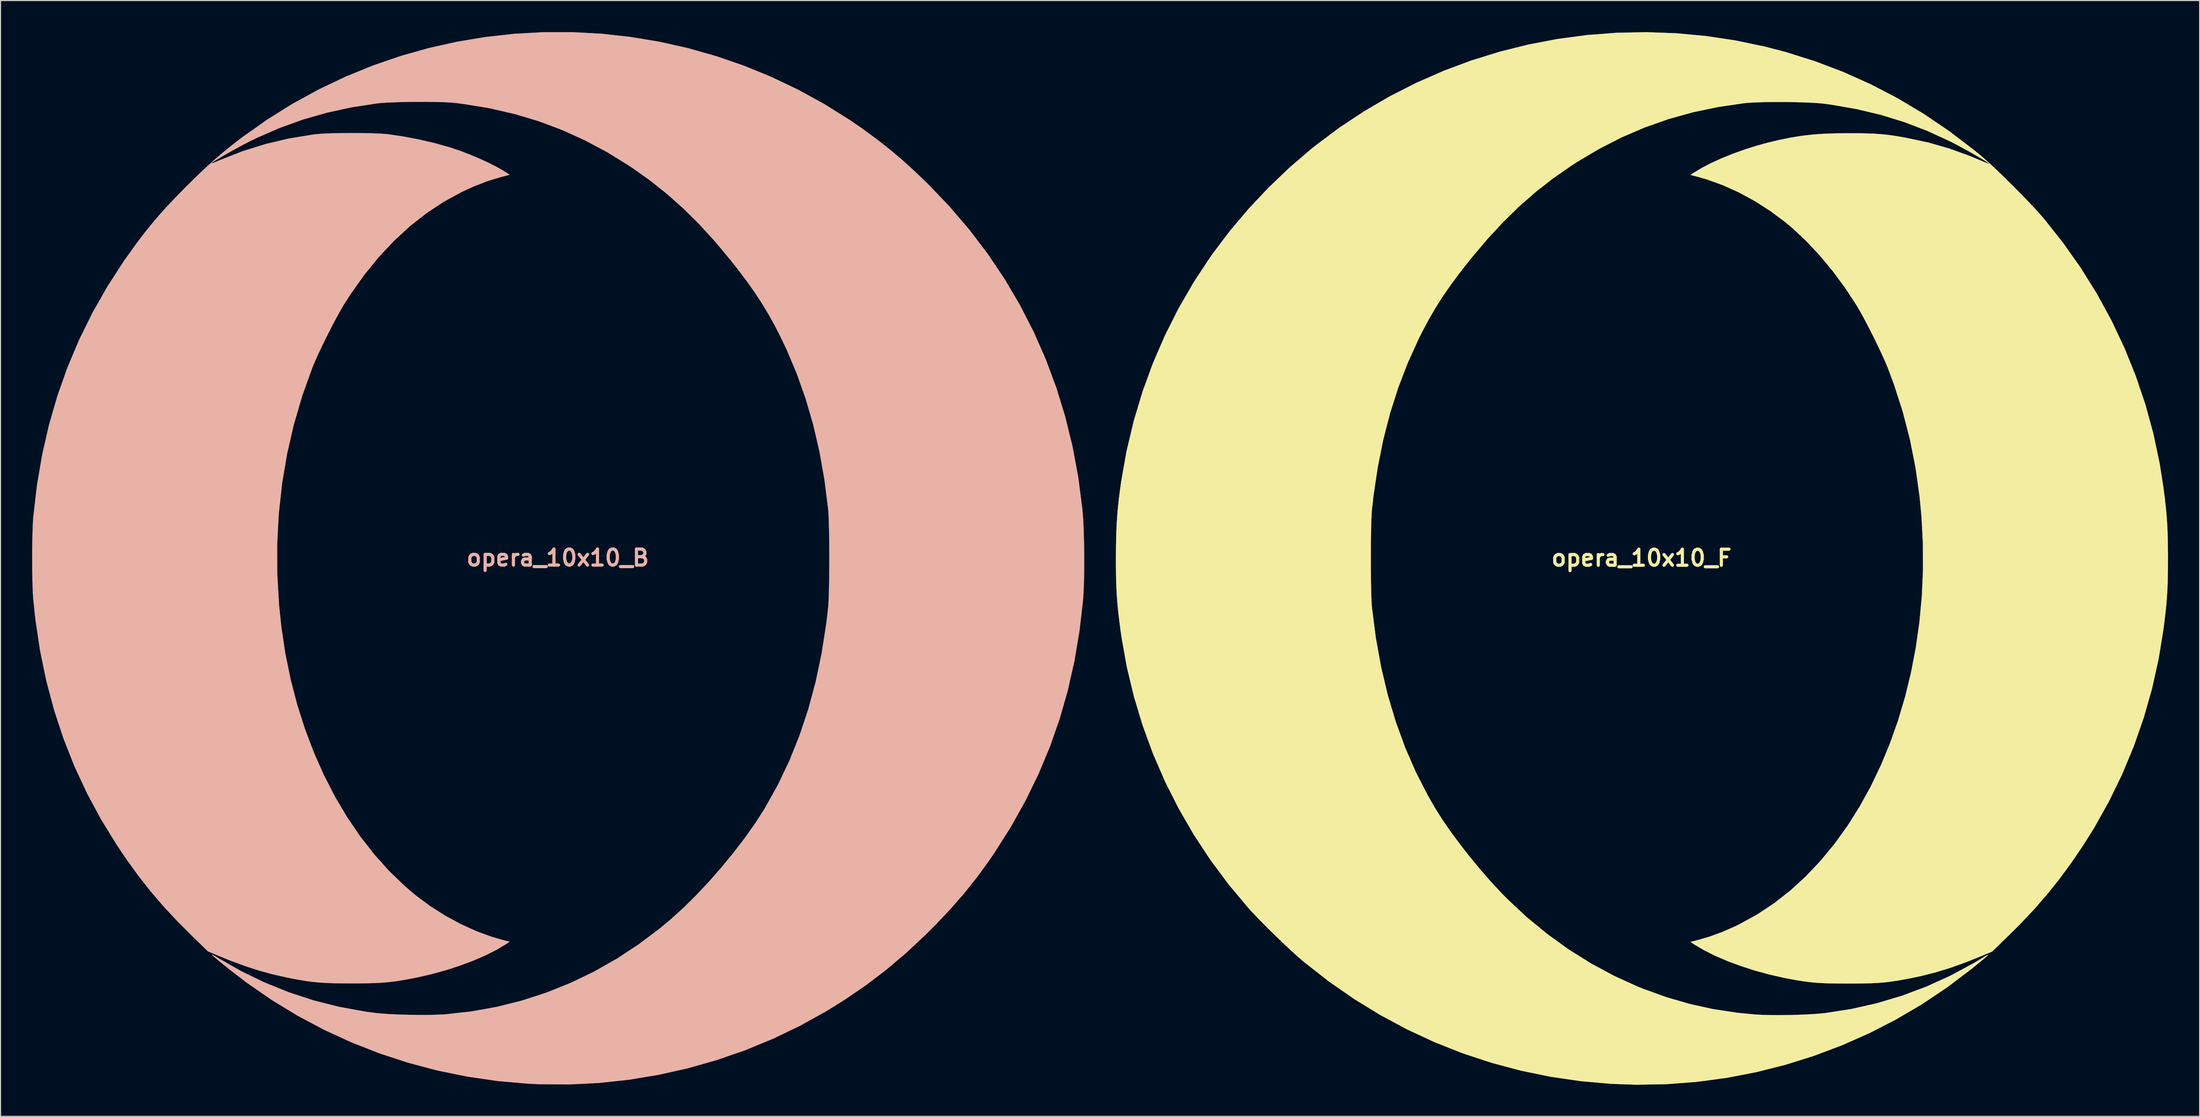
<source format=kicad_pcb>
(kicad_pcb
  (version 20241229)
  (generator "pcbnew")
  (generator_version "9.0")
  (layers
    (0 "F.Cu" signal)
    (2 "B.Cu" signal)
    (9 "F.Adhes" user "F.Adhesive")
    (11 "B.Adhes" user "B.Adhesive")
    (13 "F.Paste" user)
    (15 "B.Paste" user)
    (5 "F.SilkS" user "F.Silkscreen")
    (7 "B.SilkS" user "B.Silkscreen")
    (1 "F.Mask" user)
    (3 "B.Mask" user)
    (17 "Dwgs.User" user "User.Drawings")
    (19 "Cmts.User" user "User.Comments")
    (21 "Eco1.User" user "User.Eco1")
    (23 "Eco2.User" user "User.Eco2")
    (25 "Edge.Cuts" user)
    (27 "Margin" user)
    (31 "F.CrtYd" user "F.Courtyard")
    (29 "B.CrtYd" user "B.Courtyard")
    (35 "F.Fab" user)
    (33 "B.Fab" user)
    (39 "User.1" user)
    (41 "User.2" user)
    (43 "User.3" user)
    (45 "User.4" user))
  (footprint "opera_10x10_F"
    (layer "F.Cu")
    (at 152.808 49.946)
    (property "Reference" "opera_10x10_F" (at 0 0 0) (layer "F.SilkS") (effects (font (size 1.524 1.524) (thickness 0.3))))
    (attr through_hole)
    (fp_poly (pts (xy 3.292 -49.839) (xy 6.125 -49.576) (xy 8.95 -49.15) (xy 11.759 -48.56) (xy 13.716 -48.049) (xy 16.475 -47.181) (xy 19.163 -46.16) (xy 21.781 -44.986) (xy 24.33 -43.658) (xy 26.812 -42.174) (xy 29.229 -40.535) (xy 31.581 -38.74) (xy 32.216 -38.219) (xy 32.694 -37.805) (xy 33.261 -37.289) (xy 33.894 -36.693) (xy 34.568 -36.041) (xy 35.261 -35.357) (xy 35.948 -34.664) (xy 36.607 -33.986) (xy 37.212 -33.346) (xy 37.742 -32.769) (xy 38.171 -32.277) (xy 38.187 -32.258) (xy 40.02 -29.948) (xy 41.705 -27.56) (xy 43.239 -25.098) (xy 44.622 -22.566) (xy 45.851 -19.969) (xy 46.925 -17.31) (xy 47.842 -14.594) (xy 48.6 -11.824) (xy 49.197 -9.005) (xy 49.563 -6.681) (xy 49.688 -5.701) (xy 49.787 -4.82) (xy 49.864 -3.997) (xy 49.919 -3.188) (xy 49.957 -2.353) (xy 49.979 -1.451) (xy 49.989 -0.439) (xy 49.99 0.042) (xy 49.986 1.1) (xy 49.971 2.031) (xy 49.941 2.876) (xy 49.896 3.677) (xy 49.831 4.475) (xy 49.744 5.314) (xy 49.632 6.233) (xy 49.562 6.773) (xy 49.097 9.625) (xy 48.471 12.434) (xy 47.684 15.196) (xy 46.739 17.902) (xy 45.639 20.548) (xy 44.386 23.125) (xy 42.984 25.629) (xy 41.932 27.305) (xy 40.806 28.962) (xy 39.676 30.5) (xy 38.51 31.957) (xy 37.277 33.373) (xy 35.943 34.785) (xy 34.823 35.899) (xy 33.297 37.38) (xy 32.23 37.828) (xy 30.736 38.427) (xy 29.328 38.928) (xy 27.966 39.346) (xy 26.606 39.692) (xy 25.739 39.88) (xy 24.977 40.028) (xy 24.301 40.147) (xy 23.676 40.241) (xy 23.069 40.311) (xy 22.445 40.361) (xy 21.77 40.394) (xy 21.011 40.413) (xy 20.134 40.421) (xy 19.643 40.422) (xy 18.696 40.419) (xy 17.885 40.406) (xy 17.175 40.38) (xy 16.531 40.339) (xy 15.92 40.279) (xy 15.308 40.198) (xy 14.66 40.092) (xy 13.942 39.958) (xy 13.507 39.872) (xy 12.141 39.564) (xy 10.786 39.193) (xy 9.467 38.77) (xy 8.211 38.304) (xy 7.043 37.805) (xy 5.99 37.283) (xy 5.078 36.747) (xy 4.992 36.691) (xy 4.651 36.465) (xy 5.395 36.274) (xy 6.522 35.944) (xy 7.654 35.529) (xy 8.835 35.01) (xy 9.271 34.8) (xy 10.964 33.873) (xy 12.587 32.797) (xy 14.139 31.58) (xy 15.615 30.228) (xy 17.014 28.748) (xy 18.331 27.148) (xy 19.565 25.435) (xy 20.711 23.616) (xy 21.767 21.697) (xy 22.731 19.687) (xy 23.598 17.592) (xy 24.367 15.419) (xy 25.033 13.175) (xy 25.594 10.868) (xy 26.048 8.505) (xy 26.39 6.092) (xy 26.618 3.637) (xy 26.729 1.147) (xy 26.72 -1.371) (xy 26.588 -3.91) (xy 26.41 -5.796) (xy 26.022 -8.564) (xy 25.49 -11.255) (xy 24.809 -13.888) (xy 23.974 -16.482) (xy 23.395 -18.034) (xy 23.159 -18.602) (xy 22.855 -19.279) (xy 22.502 -20.031) (xy 22.117 -20.824) (xy 21.716 -21.622) (xy 21.317 -22.391) (xy 20.938 -23.097) (xy 20.595 -23.705) (xy 20.391 -24.045) (xy 19.297 -25.706) (xy 18.129 -27.284) (xy 16.901 -28.759) (xy 15.631 -30.112) (xy 14.335 -31.326) (xy 13.631 -31.915) (xy 12.228 -32.959) (xy 10.759 -33.898) (xy 9.248 -34.719) (xy 7.721 -35.41) (xy 6.2 -35.957) (xy 5.395 -36.188) (xy 4.651 -36.38) (xy 5.002 -36.613) (xy 5.76 -37.069) (xy 6.656 -37.53) (xy 7.662 -37.984) (xy 8.745 -38.42) (xy 9.878 -38.824) (xy 11.03 -39.185) (xy 11.98 -39.444) (xy 13.099 -39.711) (xy 14.14 -39.923) (xy 15.143 -40.087) (xy 16.151 -40.206) (xy 17.203 -40.285) (xy 18.34 -40.329) (xy 19.602 -40.344) (xy 19.643 -40.344) (xy 20.557 -40.34) (xy 21.337 -40.327) (xy 22.019 -40.302) (xy 22.637 -40.263) (xy 23.227 -40.206) (xy 23.824 -40.129) (xy 24.464 -40.028) (xy 25.146 -39.908) (xy 27.214 -39.464) (xy 29.21 -38.893) (xy 31.182 -38.181) (xy 32.166 -37.77) (xy 32.5 -37.628) (xy 32.771 -37.52) (xy 32.945 -37.459) (xy 32.992 -37.451) (xy 32.94 -37.508) (xy 32.76 -37.632) (xy 32.473 -37.811) (xy 32.102 -38.033) (xy 31.668 -38.285) (xy 31.193 -38.555) (xy 30.697 -38.83) (xy 30.203 -39.099) (xy 29.732 -39.348) (xy 29.306 -39.566) (xy 29.279 -39.58) (xy 27.135 -40.565) (xy 24.957 -41.398) (xy 22.727 -42.087) (xy 20.426 -42.636) (xy 18.037 -43.051) (xy 17.272 -43.154) (xy 16.788 -43.201) (xy 16.168 -43.239) (xy 15.444 -43.269) (xy 14.647 -43.291) (xy 13.809 -43.303) (xy 12.961 -43.307) (xy 12.134 -43.302) (xy 11.36 -43.287) (xy 10.671 -43.262) (xy 10.097 -43.228) (xy 9.779 -43.198) (xy 7.288 -42.834) (xy 4.89 -42.332) (xy 2.571 -41.687) (xy 0.321 -40.895) (xy -1.873 -39.952) (xy -4.023 -38.854) (xy -6.139 -37.596) (xy -6.731 -37.212) (xy -8.429 -36.026) (xy -10.051 -34.757) (xy -11.613 -33.389) (xy -13.134 -31.904) (xy -14.632 -30.287) (xy -16.125 -28.52) (xy -16.343 -28.25) (xy -17.287 -27.043) (xy -18.123 -25.913) (xy -18.872 -24.829) (xy -19.553 -23.758) (xy -20.187 -22.668) (xy -20.796 -21.527) (xy -21.167 -20.786) (xy -22.195 -18.518) (xy -23.093 -16.183) (xy -23.863 -13.769) (xy -24.509 -11.266) (xy -25.033 -8.664) (xy -25.438 -5.953) (xy -25.587 -4.657) (xy -25.617 -4.254) (xy -25.643 -3.707) (xy -25.664 -3.041) (xy -25.68 -2.282) (xy -25.691 -1.455) (xy -25.697 -0.584) (xy -25.698 0.304) (xy -25.695 1.185) (xy -25.686 2.033) (xy -25.672 2.823) (xy -25.653 3.531) (xy -25.629 4.129) (xy -25.6 4.595) (xy -25.587 4.741) (xy -25.218 7.608) (xy -24.719 10.369) (xy -24.087 13.026) (xy -23.323 15.581) (xy -22.426 18.037) (xy -21.396 20.394) (xy -20.231 22.656) (xy -19.574 23.791) (xy -18.899 24.856) (xy -18.113 25.995) (xy -17.24 27.179) (xy -16.303 28.377) (xy -15.326 29.561) (xy -14.332 30.701) (xy -13.344 31.767) (xy -12.715 32.409) (xy -10.869 34.133) (xy -8.926 35.728) (xy -6.897 37.188) (xy -4.793 38.506) (xy -2.623 39.676) (xy -0.399 40.69) (xy 0.169 40.92) (xy 2.376 41.716) (xy 4.575 42.356) (xy 6.796 42.845) (xy 9.071 43.192) (xy 10.753 43.356) (xy 11.424 43.393) (xy 12.217 43.414) (xy 13.092 43.419) (xy 14.008 43.41) (xy 14.927 43.386) (xy 15.807 43.35) (xy 16.608 43.301) (xy 17.291 43.24) (xy 17.441 43.223) (xy 19.909 42.839) (xy 22.334 42.293) (xy 24.71 41.585) (xy 27.032 40.717) (xy 29.297 39.69) (xy 31.5 38.508) (xy 32.343 38.003) (xy 32.63 37.829) (xy 32.822 37.721) (xy 32.913 37.685) (xy 32.898 37.726) (xy 32.772 37.848) (xy 32.53 38.056) (xy 32.168 38.356) (xy 31.681 38.752) (xy 31.284 39.072) (xy 29.002 40.799) (xy 26.628 42.387) (xy 24.17 43.832) (xy 21.637 45.132) (xy 19.035 46.285) (xy 16.373 47.288) (xy 13.658 48.14) (xy 10.897 48.836) (xy 8.098 49.376) (xy 5.269 49.756) (xy 2.417 49.975) (xy -0.45 50.029) (xy -2.879 49.946) (xy -5.783 49.69) (xy -8.651 49.27) (xy -11.477 48.687) (xy -14.256 47.944) (xy -16.983 47.043) (xy -19.654 45.985) (xy -22.264 44.772) (xy -24.808 43.406) (xy -27.281 41.889) (xy -29.679 40.224) (xy -31.996 38.411) (xy -32.131 38.299) (xy -32.631 37.867) (xy -33.218 37.337) (xy -33.864 36.735) (xy -34.541 36.087) (xy -35.223 35.421) (xy -35.883 34.763) (xy -36.492 34.139) (xy -37.023 33.577) (xy -37.337 33.232) (xy -39.204 31) (xy -40.931 28.677) (xy -42.515 26.269) (xy -43.953 23.782) (xy -45.243 21.221) (xy -46.382 18.592) (xy -47.367 15.902) (xy -48.195 13.156) (xy -48.865 10.361) (xy -49.372 7.521) (xy -49.477 6.773) (xy -49.599 5.821) (xy -49.697 4.97) (xy -49.772 4.18) (xy -49.828 3.413) (xy -49.866 2.629) (xy -49.89 1.787) (xy -49.901 0.849) (xy -49.902 -0.042) (xy -49.893 -1.264) (xy -49.867 -2.357) (xy -49.822 -3.365) (xy -49.754 -4.329) (xy -49.661 -5.289) (xy -49.539 -6.288) (xy -49.396 -7.305) (xy -48.884 -10.183) (xy -48.212 -13.008) (xy -47.382 -15.776) (xy -46.395 -18.484) (xy -45.252 -21.127) (xy -43.956 -23.702) (xy -42.507 -26.205) (xy -40.907 -28.631) (xy -40.753 -28.85) (xy -39.115 -31.023) (xy -37.333 -33.134) (xy -35.426 -35.161) (xy -33.414 -37.084) (xy -31.317 -38.882) (xy -31.029 -39.113) (xy -28.738 -40.834) (xy -26.362 -42.411) (xy -23.91 -43.843) (xy -21.387 -45.127) (xy -18.802 -46.263) (xy -16.161 -47.249) (xy -13.472 -48.084) (xy -10.74 -48.766) (xy -7.975 -49.294) (xy -5.181 -49.667) (xy -2.368 -49.883) (xy 0.459 -49.941) (xy 3.292 -49.839)) (stroke (width 0.01) (type solid)) (fill yes) (layer "F.SilkS")))
  (footprint "opera_10x10_B"
    (layer "F.Cu")
    (at 49.908 49.929)
    (property "Reference" "opera_10x10_B" (at 0 0 0) (layer "B.SilkS") (effects (font (size 1.524 1.524) (thickness 0.3))))
    (attr through_hole)
    (fp_poly (pts (xy 1.433 -49.924) (xy 4.188 -49.772) (xy 6.933 -49.468) (xy 9.662 -49.013) (xy 12.368 -48.407) (xy 15.044 -47.648) (xy 17.683 -46.738) (xy 20.279 -45.676) (xy 22.825 -44.461) (xy 25.314 -43.095) (xy 27.739 -41.576) (xy 28.935 -40.753) (xy 30.265 -39.779) (xy 31.515 -38.797) (xy 32.728 -37.771) (xy 33.944 -36.668) (xy 35.167 -35.49) (xy 37.204 -33.361) (xy 39.096 -31.145) (xy 40.841 -28.844) (xy 42.44 -26.461) (xy 43.89 -23.998) (xy 45.191 -21.457) (xy 46.342 -18.841) (xy 47.342 -16.151) (xy 48.188 -13.39) (xy 48.882 -10.56) (xy 49.42 -7.664) (xy 49.803 -4.704) (xy 49.837 -4.36) (xy 49.887 -3.714) (xy 49.927 -2.938) (xy 49.957 -2.064) (xy 49.978 -1.127) (xy 49.988 -0.16) (xy 49.988 0.805) (xy 49.978 1.734) (xy 49.956 2.594) (xy 49.924 3.352) (xy 49.881 3.974) (xy 49.881 3.979) (xy 49.542 6.928) (xy 49.062 9.788) (xy 48.437 12.566) (xy 47.665 15.27) (xy 46.743 17.909) (xy 45.668 20.489) (xy 44.438 23.021) (xy 43.049 25.51) (xy 41.498 27.965) (xy 40.873 28.88) (xy 39.776 30.384) (xy 38.597 31.858) (xy 37.316 33.327) (xy 35.911 34.816) (xy 34.956 35.772) (xy 33.093 37.517) (xy 31.202 39.12) (xy 29.248 40.608) (xy 27.196 42.008) (xy 25.468 43.079) (xy 22.983 44.457) (xy 20.419 45.689) (xy 17.785 46.773) (xy 15.091 47.705) (xy 12.346 48.485) (xy 9.562 49.108) (xy 6.747 49.574) (xy 3.911 49.879) (xy 1.064 50.021) (xy -1.784 49.998) (xy -2.836 49.948) (xy -5.736 49.692) (xy -8.602 49.274) (xy -11.427 48.696) (xy -14.205 47.959) (xy -16.929 47.067) (xy -19.594 46.022) (xy -22.193 44.826) (xy -24.718 43.482) (xy -27.164 41.993) (xy -29.525 40.36) (xy -31.2 39.072) (xy -31.773 38.609) (xy -32.218 38.246) (xy -32.539 37.977) (xy -32.742 37.798) (xy -32.83 37.704) (xy -32.809 37.689) (xy -32.685 37.749) (xy -32.46 37.88) (xy -32.258 38.003) (xy -30.081 39.247) (xy -27.84 40.334) (xy -25.539 41.264) (xy -23.184 42.035) (xy -20.778 42.645) (xy -18.326 43.092) (xy -17.357 43.223) (xy -16.711 43.286) (xy -15.936 43.338) (xy -15.072 43.378) (xy -14.16 43.405) (xy -13.239 43.418) (xy -12.35 43.417) (xy -11.532 43.4) (xy -10.826 43.367) (xy -10.668 43.356) (xy -8.204 43.084) (xy -5.778 42.648) (xy -3.396 42.05) (xy -1.062 41.291) (xy 1.22 40.376) (xy 3.444 39.304) (xy 5.606 38.078) (xy 7.701 36.7) (xy 9.725 35.173) (xy 10.767 34.302) (xy 11.948 33.23) (xy 13.154 32.036) (xy 14.363 30.749) (xy 15.549 29.397) (xy 16.687 28.011) (xy 17.755 26.618) (xy 18.726 25.247) (xy 19.576 23.928) (xy 19.659 23.791) (xy 20.894 21.578) (xy 21.994 19.27) (xy 22.96 16.865) (xy 23.793 14.362) (xy 24.493 11.758) (xy 25.06 9.051) (xy 25.497 6.24) (xy 25.671 4.741) (xy 25.702 4.339) (xy 25.728 3.792) (xy 25.749 3.126) (xy 25.765 2.367) (xy 25.776 1.54) (xy 25.782 0.669) (xy 25.783 -0.219) (xy 25.779 -1.1) (xy 25.77 -1.948) (xy 25.756 -2.739) (xy 25.737 -3.446) (xy 25.713 -4.045) (xy 25.685 -4.51) (xy 25.671 -4.657) (xy 25.32 -7.422) (xy 24.852 -10.073) (xy 24.262 -12.62) (xy 23.55 -15.074) (xy 22.712 -17.445) (xy 21.744 -19.743) (xy 21.251 -20.786) (xy 20.648 -21.973) (xy 20.032 -23.091) (xy 19.382 -24.169) (xy 18.678 -25.242) (xy 17.899 -26.34) (xy 17.023 -27.495) (xy 16.428 -28.25) (xy 14.934 -30.04) (xy 13.438 -31.677) (xy 11.921 -33.18) (xy 10.366 -34.564) (xy 8.754 -35.847) (xy 7.068 -37.044) (xy 6.816 -37.212) (xy 4.706 -38.516) (xy 2.568 -39.658) (xy 0.387 -40.645) (xy -1.846 -41.478) (xy -4.144 -42.164) (xy -6.519 -42.707) (xy -8.983 -43.109) (xy -9.694 -43.198) (xy -10.168 -43.239) (xy -10.78 -43.271) (xy -11.498 -43.292) (xy -12.291 -43.304) (xy -13.127 -43.307) (xy -13.975 -43.301) (xy -14.805 -43.285) (xy -15.583 -43.261) (xy -16.279 -43.229) (xy -16.862 -43.188) (xy -17.187 -43.154) (xy -19.607 -42.78) (xy -21.933 -42.273) (xy -24.184 -41.628) (xy -26.376 -40.84) (xy -28.528 -39.904) (xy -29.194 -39.58) (xy -29.616 -39.365) (xy -30.084 -39.117) (xy -30.578 -38.849) (xy -31.074 -38.574) (xy -31.551 -38.303) (xy -31.989 -38.049) (xy -32.365 -37.825) (xy -32.658 -37.643) (xy -32.846 -37.514) (xy -32.908 -37.453) (xy -32.907 -37.451) (xy -32.823 -37.471) (xy -32.618 -37.547) (xy -32.326 -37.666) (xy -32.082 -37.77) (xy -29.941 -38.613) (xy -27.757 -39.297) (xy -25.519 -39.826) (xy -23.212 -40.202) (xy -22.987 -40.23) (xy -22.551 -40.269) (xy -21.978 -40.301) (xy -21.3 -40.323) (xy -20.55 -40.338) (xy -19.759 -40.344) (xy -18.961 -40.342) (xy -18.186 -40.332) (xy -17.468 -40.313) (xy -16.838 -40.286) (xy -16.329 -40.251) (xy -16.129 -40.23) (xy -14.644 -40.013) (xy -13.128 -39.723) (xy -11.642 -39.375) (xy -10.248 -38.982) (xy -9.973 -38.895) (xy -9.135 -38.604) (xy -8.266 -38.268) (xy -7.401 -37.902) (xy -6.575 -37.521) (xy -5.825 -37.143) (xy -5.186 -36.782) (xy -4.918 -36.613) (xy -4.566 -36.38) (xy -5.31 -36.188) (xy -6.624 -35.793) (xy -7.951 -35.282) (xy -9.102 -34.754) (xy -10.802 -33.828) (xy -12.443 -32.745) (xy -14.02 -31.508) (xy -15.533 -30.118) (xy -16.978 -28.58) (xy -18.352 -26.894) (xy -19.654 -25.063) (xy -20.306 -24.045) (xy -20.614 -23.524) (xy -20.971 -22.881) (xy -21.359 -22.151) (xy -21.76 -21.368) (xy -22.158 -20.568) (xy -22.535 -19.785) (xy -22.874 -19.053) (xy -23.157 -18.407) (xy -23.31 -18.034) (xy -24.265 -15.371) (xy -25.06 -12.653) (xy -25.696 -9.885) (xy -26.171 -7.073) (xy -26.485 -4.221) (xy -26.638 -1.334) (xy -26.629 1.583) (xy -26.457 4.525) (xy -26.239 6.604) (xy -25.863 9.102) (xy -25.362 11.547) (xy -24.743 13.93) (xy -24.008 16.244) (xy -23.162 18.478) (xy -22.21 20.626) (xy -21.155 22.678) (xy -20.002 24.626) (xy -18.755 26.462) (xy -17.418 28.176) (xy -15.996 29.76) (xy -14.493 31.206) (xy -13.498 32.049) (xy -12.148 33.055) (xy -10.721 33.967) (xy -9.244 34.772) (xy -7.747 35.455) (xy -6.257 36.001) (xy -5.31 36.274) (xy -4.566 36.465) (xy -4.907 36.691) (xy -5.803 37.227) (xy -6.843 37.752) (xy -7.999 38.253) (xy -9.248 38.723) (xy -10.561 39.151) (xy -11.914 39.528) (xy -13.28 39.843) (xy -13.422 39.872) (xy -14.193 40.022) (xy -14.875 40.143) (xy -15.502 40.238) (xy -16.11 40.309) (xy -16.731 40.36) (xy -17.401 40.393) (xy -18.152 40.413) (xy -19.021 40.421) (xy -19.558 40.422) (xy -20.507 40.419) (xy -21.321 40.405) (xy -22.033 40.38) (xy -22.678 40.338) (xy -23.29 40.278) (xy -23.902 40.197) (xy -24.548 40.091) (xy -25.263 39.957) (xy -25.654 39.88) (xy -27.032 39.57) (xy -28.388 39.198) (xy -29.763 38.751) (xy -31.198 38.215) (xy -32.145 37.828) (xy -33.212 37.38) (xy -34.738 35.899) (xy -36.171 34.463) (xy -37.479 33.054) (xy -38.695 31.632) (xy -39.85 30.16) (xy -40.976 28.598) (xy -41.847 27.305) (xy -43.35 24.865) (xy -44.698 22.362) (xy -45.893 19.794) (xy -46.935 17.158) (xy -47.825 14.451) (xy -48.565 11.671) (xy -49.154 8.814) (xy -49.594 5.879) (xy -49.796 3.979) (xy -49.833 3.447) (xy -49.862 2.777) (xy -49.884 2.002) (xy -49.897 1.155) (xy -49.903 0.267) (xy -49.901 -0.629) (xy -49.891 -1.501) (xy -49.873 -2.317) (xy -49.847 -3.046) (xy -49.814 -3.654) (xy -49.795 -3.895) (xy -49.451 -6.879) (xy -48.954 -9.789) (xy -48.306 -12.624) (xy -47.505 -15.389) (xy -46.55 -18.085) (xy -45.441 -20.713) (xy -44.176 -23.276) (xy -42.755 -25.776) (xy -41.178 -28.215) (xy -39.948 -29.93) (xy -39.241 -30.856) (xy -38.541 -31.725) (xy -37.822 -32.57) (xy -37.056 -33.421) (xy -36.214 -34.311) (xy -35.269 -35.27) (xy -35.187 -35.352) (xy -34.265 -36.259) (xy -33.417 -37.063) (xy -32.611 -37.793) (xy -31.814 -38.477) (xy -30.993 -39.143) (xy -30.117 -39.821) (xy -29.93 -39.963) (xy -27.584 -41.622) (xy -25.168 -43.13) (xy -22.686 -44.488) (xy -20.148 -45.696) (xy -17.558 -46.753) (xy -14.924 -47.659) (xy -12.252 -48.414) (xy -9.55 -49.018) (xy -6.823 -49.471) (xy -4.08 -49.773) (xy -1.325 -49.924) (xy 1.433 -49.924)) (stroke (width 0.01) (type solid)) (fill yes) (layer "B.SilkS")))
  (gr_rect
    (start -3 -3)
    (end 205.804 102.98)
    (stroke (width 0.1) (type default))
    (fill no)
    (layer "Edge.Cuts")))
</source>
